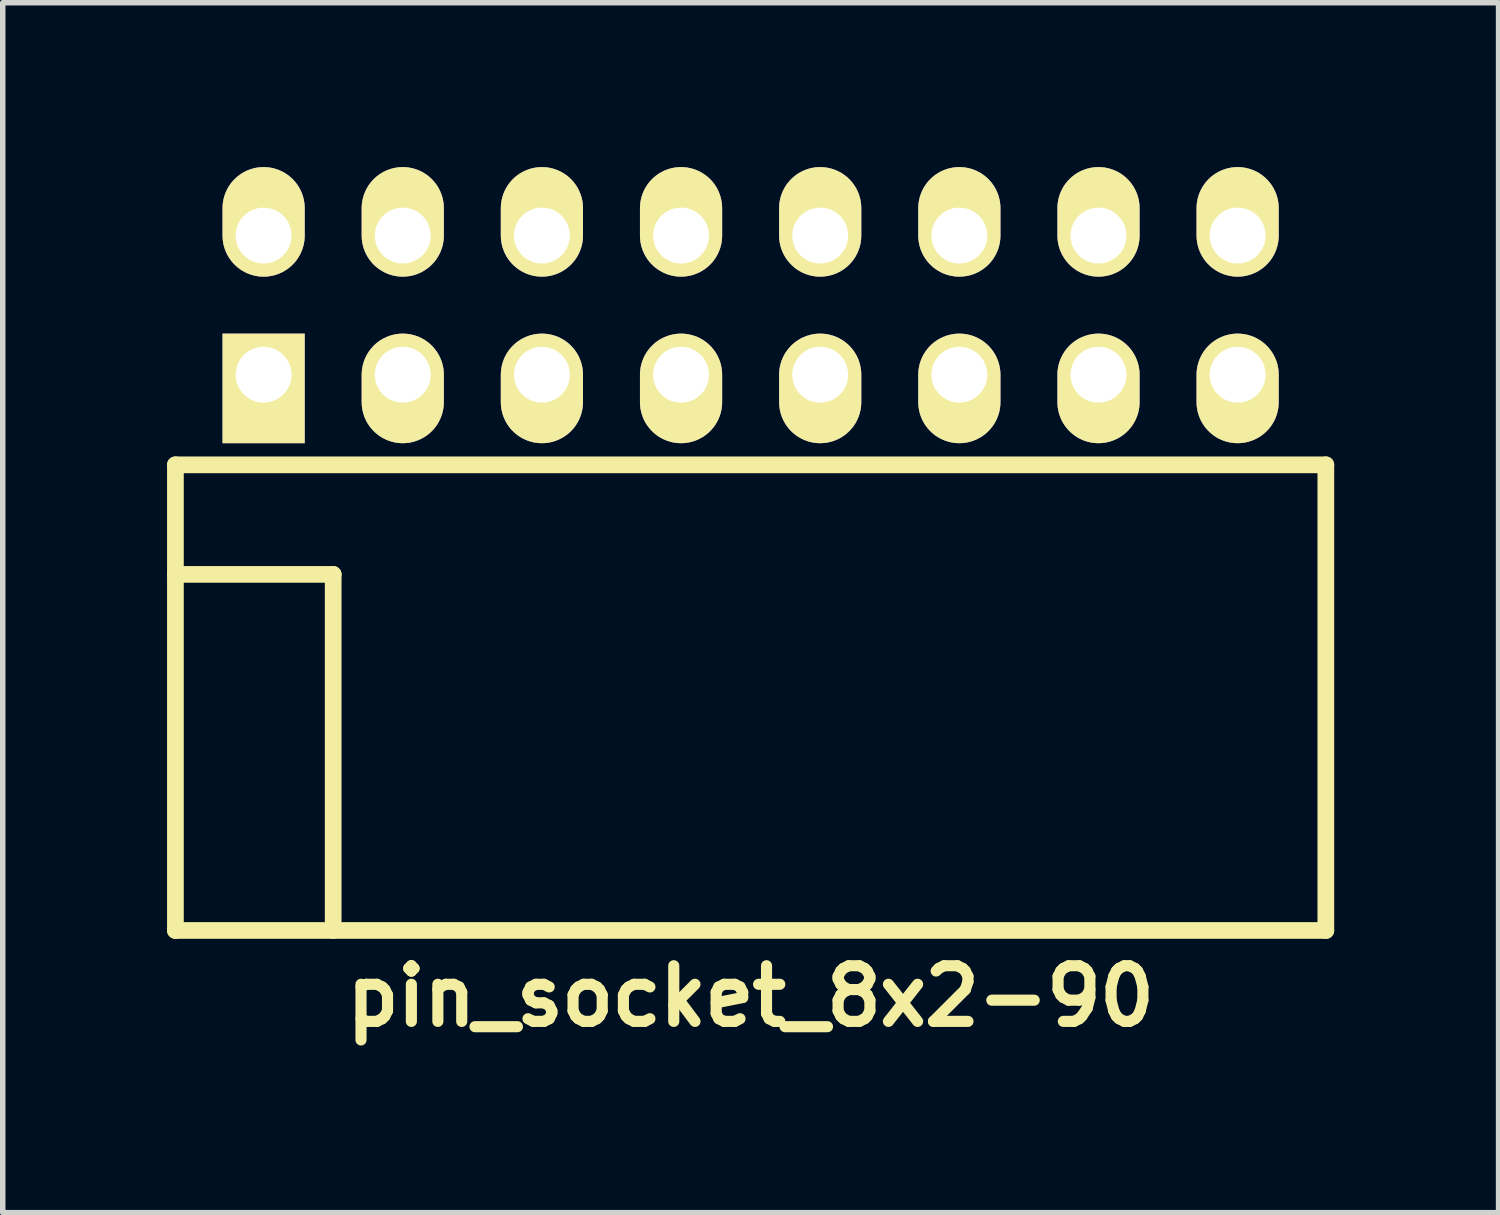
<source format=kicad_pcb>
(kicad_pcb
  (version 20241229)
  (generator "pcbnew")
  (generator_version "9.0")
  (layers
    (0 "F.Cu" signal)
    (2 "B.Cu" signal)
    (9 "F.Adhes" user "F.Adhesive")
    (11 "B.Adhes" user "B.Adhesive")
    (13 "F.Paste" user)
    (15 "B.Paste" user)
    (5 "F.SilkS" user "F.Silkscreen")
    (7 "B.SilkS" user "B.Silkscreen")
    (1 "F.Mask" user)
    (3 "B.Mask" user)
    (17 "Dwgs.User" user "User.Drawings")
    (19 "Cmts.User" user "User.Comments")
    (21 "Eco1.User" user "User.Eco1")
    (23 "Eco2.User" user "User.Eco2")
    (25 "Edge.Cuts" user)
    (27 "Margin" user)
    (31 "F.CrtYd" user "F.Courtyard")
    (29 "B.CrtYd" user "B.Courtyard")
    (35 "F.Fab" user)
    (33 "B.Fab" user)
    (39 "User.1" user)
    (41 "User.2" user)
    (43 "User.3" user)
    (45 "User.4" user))
  (footprint "pin_socket_8x2-90"
    (layer "F.Cu")
    (at 10.652 7.435)
    (property "Reference" "pin_socket_8x2-90" (at 0 7.7 0) (layer "F.SilkS") (effects (font (size 1.016 1.016) (thickness 0.203))))
    (attr through_hole)
    (fp_line (start -10.5 -2) (end -10.5 6.5) (stroke (width 0.305) (type solid)) (layer "F.SilkS"))
    (fp_line (start -10.5 -2) (end 10.5 -2) (stroke (width 0.305) (type solid)) (layer "F.SilkS"))
    (fp_line (start -10.5 0) (end -7.62 0) (stroke (width 0.305) (type solid)) (layer "F.SilkS"))
    (fp_line (start -10.5 6.5) (end 10.5 6.5) (stroke (width 0.305) (type solid)) (layer "F.SilkS"))
    (fp_line (start -7.62 0) (end -7.62 6.5) (stroke (width 0.305) (type solid)) (layer "F.SilkS"))
    (fp_line (start 10.5 -2) (end 10.5 6.5) (stroke (width 0.305) (type solid)) (layer "F.SilkS"))
    (pad "1" thru_hole rect (at -8.89 -3.645) (size 1.5 2) (drill 1.02 (offset 0 0.25)) (layers "*.Cu" "*.Mask" "F.SilkS"))
    (pad "2" thru_hole oval (at -8.89 -6.185) (size 1.5 2) (drill 1.02 (offset 0 -0.25)) (layers "*.Cu" "*.Mask" "F.SilkS"))
    (pad "3" thru_hole oval (at -6.35 -3.645) (size 1.5 2) (drill 1.02 (offset 0 0.25)) (layers "*.Cu" "*.Mask" "F.SilkS"))
    (pad "4" thru_hole oval (at -6.35 -6.185) (size 1.5 2) (drill 1.02 (offset 0 -0.25)) (layers "*.Cu" "*.Mask" "F.SilkS"))
    (pad "5" thru_hole oval (at -3.81 -3.645) (size 1.5 2) (drill 1.02 (offset 0 0.25)) (layers "*.Cu" "*.Mask" "F.SilkS"))
    (pad "6" thru_hole oval (at -3.81 -6.185) (size 1.5 2) (drill 1.02 (offset 0 -0.25)) (layers "*.Cu" "*.Mask" "F.SilkS"))
    (pad "7" thru_hole oval (at -1.27 -3.645) (size 1.5 2) (drill 1.02 (offset 0 0.25)) (layers "*.Cu" "*.Mask" "F.SilkS"))
    (pad "8" thru_hole oval (at -1.27 -6.185) (size 1.5 2) (drill 1.02 (offset 0 -0.25)) (layers "*.Cu" "*.Mask" "F.SilkS"))
    (pad "9" thru_hole oval (at 1.27 -3.645) (size 1.5 2) (drill 1.02 (offset 0 0.25)) (layers "*.Cu" "*.Mask" "F.SilkS"))
    (pad "10" thru_hole oval (at 1.27 -6.185) (size 1.5 2) (drill 1.02 (offset 0 -0.25)) (layers "*.Cu" "*.Mask" "F.SilkS"))
    (pad "11" thru_hole oval (at 3.81 -3.645) (size 1.5 2) (drill 1.02 (offset 0 0.25)) (layers "*.Cu" "*.Mask" "F.SilkS"))
    (pad "12" thru_hole oval (at 3.81 -6.185) (size 1.5 2) (drill 1.02 (offset 0 -0.25)) (layers "*.Cu" "*.Mask" "F.SilkS"))
    (pad "13" thru_hole oval (at 6.35 -3.645) (size 1.5 2) (drill 1.02 (offset 0 0.25)) (layers "*.Cu" "*.Mask" "F.SilkS"))
    (pad "14" thru_hole oval (at 6.35 -6.185) (size 1.5 2) (drill 1.02 (offset 0 -0.25)) (layers "*.Cu" "*.Mask" "F.SilkS"))
    (pad "15" thru_hole oval (at 8.89 -3.645) (size 1.5 2) (drill 1.02 (offset 0 0.25)) (layers "*.Cu" "*.Mask" "F.SilkS"))
    (pad "16" thru_hole oval (at 8.89 -6.185) (size 1.5 2) (drill 1.02 (offset 0 -0.25)) (layers "*.Cu" "*.Mask" "F.SilkS")))
  (gr_rect
    (start -3 -3)
    (end 24.305 19.086)
    (stroke (width 0.1) (type default))
    (fill no)
    (layer "Edge.Cuts")))
</source>
